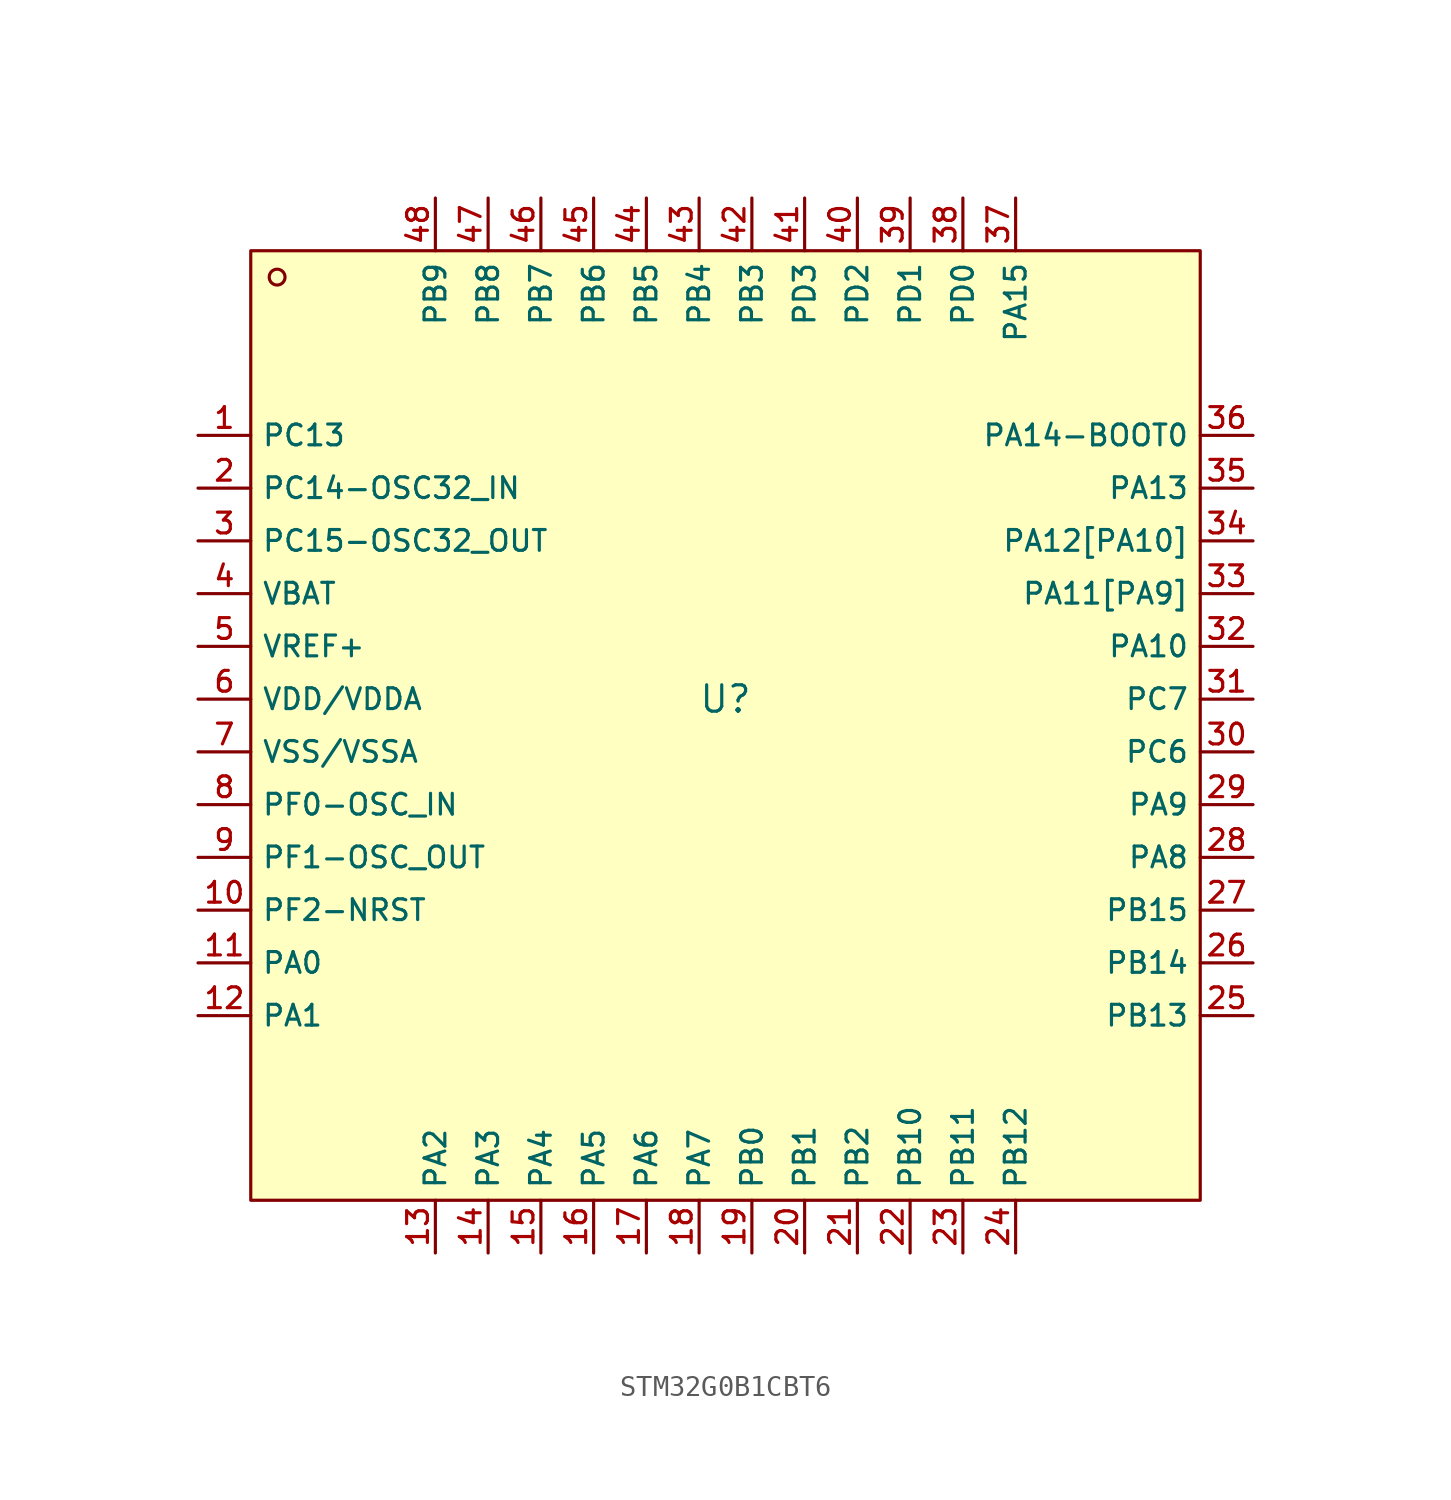
<source format=kicad_sym>
(kicad_symbol_lib
  (version 20210201)
  (generator TousstNicolas/JLC2KiCad_lib)
  (symbol "STM32G0B1CBT6"
    (property "Reference" "U"
      (at 0 1.27 0)
      (effects (font (size 1.27 1.27))))
    (symbol "STM32G0B1CBT6_0_1"
      (rectangle (start -22.86 22.86) (end 22.86 -22.86) (stroke (width 0) (type default) (color 0 0 0 0)) (fill (type background)))
      (circle (center -21.59 21.59) (radius 0.381) (stroke (width 0) (type default) (color 0 0 0 0)) (fill (type background)))
      (pin unspecified line (at -25.4 13.97 0) (length 2.54) (name "PC13" (effects (font (size 1 1)))) (number "1" (effects (font (size 1 1)))))
      (pin unspecified line (at -25.4 11.43 0) (length 2.54) (name "PC14-OSC32_IN" (effects (font (size 1 1)))) (number "2" (effects (font (size 1 1)))))
      (pin unspecified line (at -25.4 8.89 0) (length 2.54) (name "PC15-OSC32_OUT" (effects (font (size 1 1)))) (number "3" (effects (font (size 1 1)))))
      (pin unspecified line (at -25.4 6.35 0) (length 2.54) (name "VBAT" (effects (font (size 1 1)))) (number "4" (effects (font (size 1 1)))))
      (pin unspecified line (at -25.4 3.81 0) (length 2.54) (name "VREF+" (effects (font (size 1 1)))) (number "5" (effects (font (size 1 1)))))
      (pin unspecified line (at -25.4 1.27 0) (length 2.54) (name "VDD/VDDA" (effects (font (size 1 1)))) (number "6" (effects (font (size 1 1)))))
      (pin unspecified line (at -25.4 -1.27 0) (length 2.54) (name "VSS/VSSA" (effects (font (size 1 1)))) (number "7" (effects (font (size 1 1)))))
      (pin unspecified line (at -25.4 -8.89 0) (length 2.54) (name "PF2-NRST" (effects (font (size 1 1)))) (number "10" (effects (font (size 1 1)))))
      (pin unspecified line (at -25.4 -3.81 0) (length 2.54) (name "PF0-OSC_IN" (effects (font (size 1 1)))) (number "8" (effects (font (size 1 1)))))
      (pin unspecified line (at -25.4 -6.35 0) (length 2.54) (name "PF1-OSC_OUT" (effects (font (size 1 1)))) (number "9" (effects (font (size 1 1)))))
      (pin unspecified line (at -25.4 -11.43 0) (length 2.54) (name "PA0" (effects (font (size 1 1)))) (number "11" (effects (font (size 1 1)))))
      (pin unspecified line (at -25.4 -13.97 0) (length 2.54) (name "PA1" (effects (font (size 1 1)))) (number "12" (effects (font (size 1 1)))))
      (pin unspecified line (at -13.97 -25.4 90) (length 2.54) (name "PA2" (effects (font (size 1 1)))) (number "13" (effects (font (size 1 1)))))
      (pin unspecified line (at -11.43 -25.4 90) (length 2.54) (name "PA3" (effects (font (size 1 1)))) (number "14" (effects (font (size 1 1)))))
      (pin unspecified line (at -8.89 -25.4 90) (length 2.54) (name "PA4" (effects (font (size 1 1)))) (number "15" (effects (font (size 1 1)))))
      (pin unspecified line (at -6.35 -25.4 90) (length 2.54) (name "PA5" (effects (font (size 1 1)))) (number "16" (effects (font (size 1 1)))))
      (pin unspecified line (at -3.81 -25.4 90) (length 2.54) (name "PA6" (effects (font (size 1 1)))) (number "17" (effects (font (size 1 1)))))
      (pin unspecified line (at -1.27 -25.4 90) (length 2.54) (name "PA7" (effects (font (size 1 1)))) (number "18" (effects (font (size 1 1)))))
      (pin unspecified line (at 1.27 -25.4 90) (length 2.54) (name "PB0" (effects (font (size 1 1)))) (number "19" (effects (font (size 1 1)))))
      (pin unspecified line (at 3.81 -25.4 90) (length 2.54) (name "PB1" (effects (font (size 1 1)))) (number "20" (effects (font (size 1 1)))))
      (pin unspecified line (at 6.35 -25.4 90) (length 2.54) (name "PB2" (effects (font (size 1 1)))) (number "21" (effects (font (size 1 1)))))
      (pin unspecified line (at 8.89 -25.4 90) (length 2.54) (name "PB10" (effects (font (size 1 1)))) (number "22" (effects (font (size 1 1)))))
      (pin unspecified line (at 11.43 -25.4 90) (length 2.54) (name "PB11" (effects (font (size 1 1)))) (number "23" (effects (font (size 1 1)))))
      (pin unspecified line (at 13.97 -25.4 90) (length 2.54) (name "PB12" (effects (font (size 1 1)))) (number "24" (effects (font (size 1 1)))))
      (pin unspecified line (at 25.4 -13.97 180) (length 2.54) (name "PB13" (effects (font (size 1 1)))) (number "25" (effects (font (size 1 1)))))
      (pin unspecified line (at 25.4 -11.43 180) (length 2.54) (name "PB14" (effects (font (size 1 1)))) (number "26" (effects (font (size 1 1)))))
      (pin unspecified line (at 25.4 -8.89 180) (length 2.54) (name "PB15" (effects (font (size 1 1)))) (number "27" (effects (font (size 1 1)))))
      (pin unspecified line (at 25.4 -6.35 180) (length 2.54) (name "PA8" (effects (font (size 1 1)))) (number "28" (effects (font (size 1 1)))))
      (pin unspecified line (at 25.4 -3.81 180) (length 2.54) (name "PA9" (effects (font (size 1 1)))) (number "29" (effects (font (size 1 1)))))
      (pin unspecified line (at 25.4 -1.27 180) (length 2.54) (name "PC6" (effects (font (size 1 1)))) (number "30" (effects (font (size 1 1)))))
      (pin unspecified line (at 25.4 1.27 180) (length 2.54) (name "PC7" (effects (font (size 1 1)))) (number "31" (effects (font (size 1 1)))))
      (pin unspecified line (at 25.4 3.81 180) (length 2.54) (name "PA10" (effects (font (size 1 1)))) (number "32" (effects (font (size 1 1)))))
      (pin unspecified line (at 25.4 6.35 180) (length 2.54) (name "PA11[PA9]" (effects (font (size 1 1)))) (number "33" (effects (font (size 1 1)))))
      (pin unspecified line (at 25.4 8.89 180) (length 2.54) (name "PA12[PA10]" (effects (font (size 1 1)))) (number "34" (effects (font (size 1 1)))))
      (pin unspecified line (at 25.4 11.43 180) (length 2.54) (name "PA13" (effects (font (size 1 1)))) (number "35" (effects (font (size 1 1)))))
      (pin unspecified line (at 25.4 13.97 180) (length 2.54) (name "PA14-BOOT0" (effects (font (size 1 1)))) (number "36" (effects (font (size 1 1)))))
      (pin unspecified line (at 13.97 25.4 270) (length 2.54) (name "PA15" (effects (font (size 1 1)))) (number "37" (effects (font (size 1 1)))))
      (pin unspecified line (at 11.43 25.4 270) (length 2.54) (name "PD0" (effects (font (size 1 1)))) (number "38" (effects (font (size 1 1)))))
      (pin unspecified line (at 8.89 25.4 270) (length 2.54) (name "PD1" (effects (font (size 1 1)))) (number "39" (effects (font (size 1 1)))))
      (pin unspecified line (at 6.35 25.4 270) (length 2.54) (name "PD2" (effects (font (size 1 1)))) (number "40" (effects (font (size 1 1)))))
      (pin unspecified line (at 3.81 25.4 270) (length 2.54) (name "PD3" (effects (font (size 1 1)))) (number "41" (effects (font (size 1 1)))))
      (pin unspecified line (at 1.27 25.4 270) (length 2.54) (name "PB3" (effects (font (size 1 1)))) (number "42" (effects (font (size 1 1)))))
      (pin unspecified line (at -1.27 25.4 270) (length 2.54) (name "PB4" (effects (font (size 1 1)))) (number "43" (effects (font (size 1 1)))))
      (pin unspecified line (at -3.81 25.4 270) (length 2.54) (name "PB5" (effects (font (size 1 1)))) (number "44" (effects (font (size 1 1)))))
      (pin unspecified line (at -6.35 25.4 270) (length 2.54) (name "PB6" (effects (font (size 1 1)))) (number "45" (effects (font (size 1 1)))))
      (pin unspecified line (at -8.89 25.4 270) (length 2.54) (name "PB7" (effects (font (size 1 1)))) (number "46" (effects (font (size 1 1)))))
      (pin unspecified line (at -11.43 25.4 270) (length 2.54) (name "PB8" (effects (font (size 1 1)))) (number "47" (effects (font (size 1 1)))))
      (pin unspecified line (at -13.97 25.4 270) (length 2.54) (name "PB9" (effects (font (size 1 1)))) (number "48" (effects (font (size 1 1))))))))
</source>
